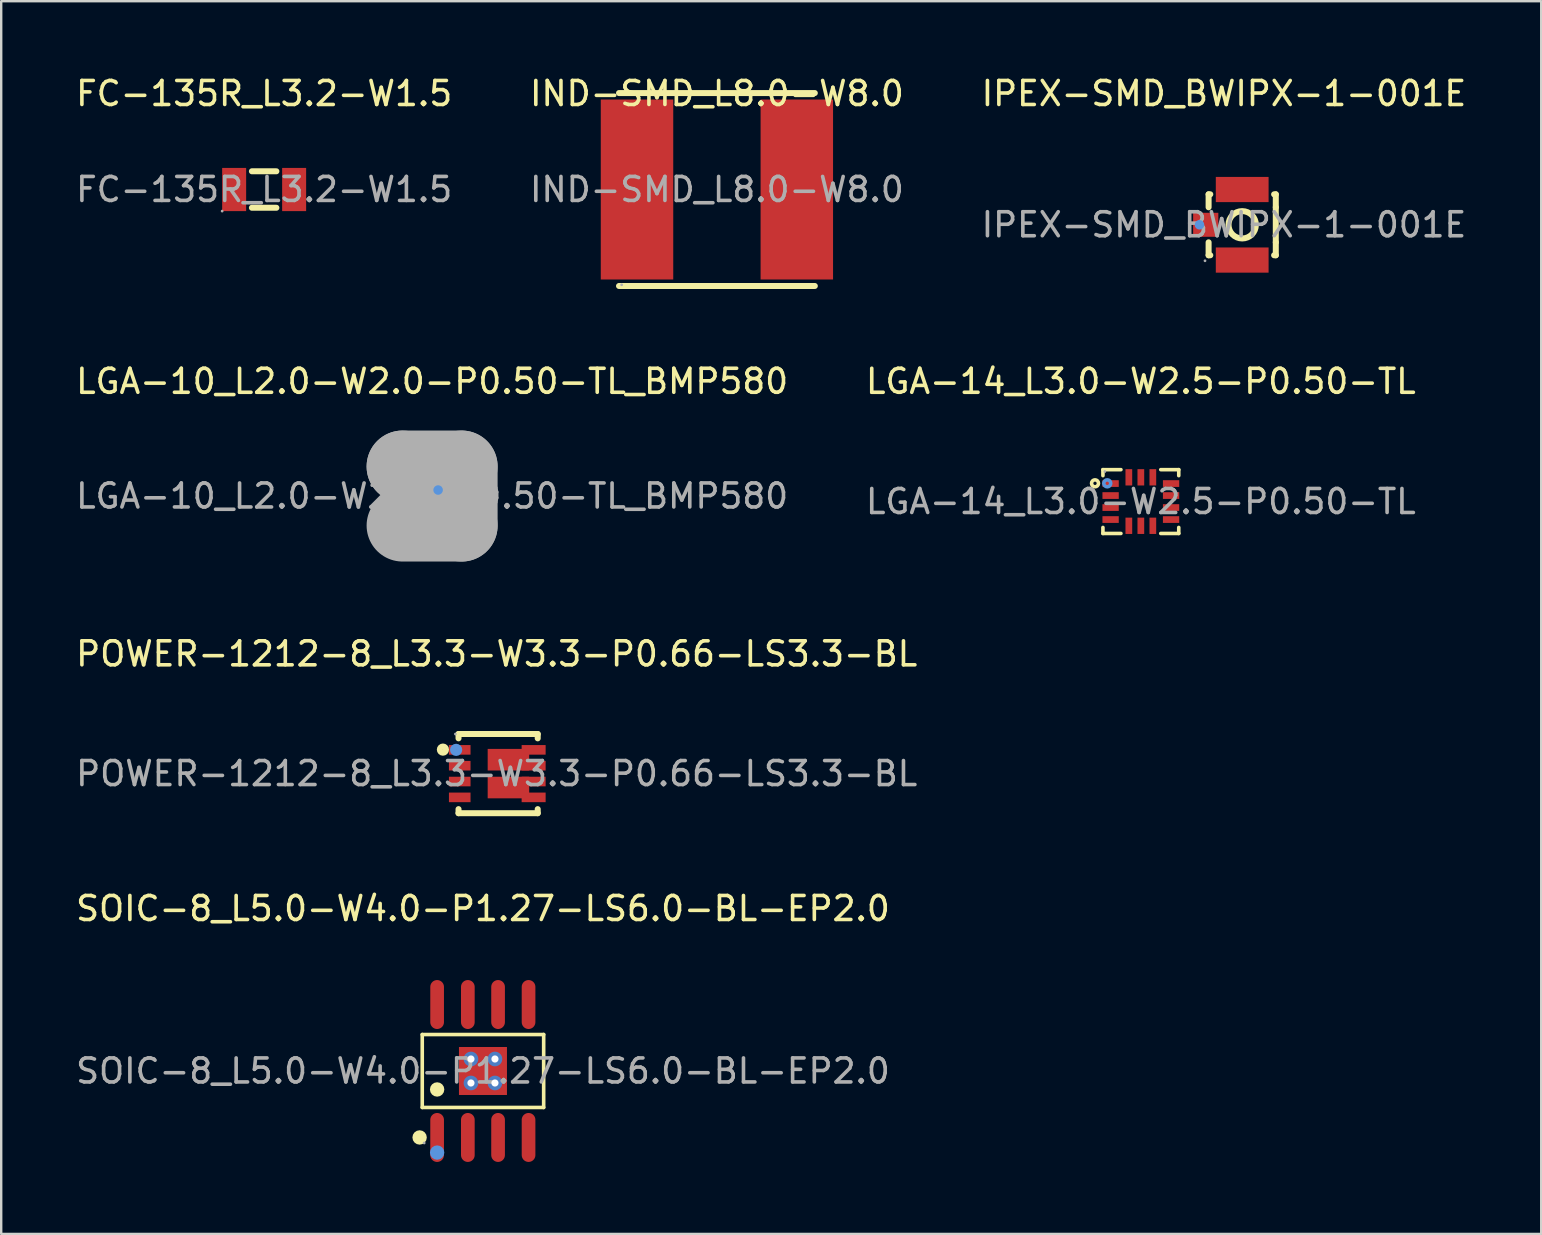
<source format=kicad_pcb>
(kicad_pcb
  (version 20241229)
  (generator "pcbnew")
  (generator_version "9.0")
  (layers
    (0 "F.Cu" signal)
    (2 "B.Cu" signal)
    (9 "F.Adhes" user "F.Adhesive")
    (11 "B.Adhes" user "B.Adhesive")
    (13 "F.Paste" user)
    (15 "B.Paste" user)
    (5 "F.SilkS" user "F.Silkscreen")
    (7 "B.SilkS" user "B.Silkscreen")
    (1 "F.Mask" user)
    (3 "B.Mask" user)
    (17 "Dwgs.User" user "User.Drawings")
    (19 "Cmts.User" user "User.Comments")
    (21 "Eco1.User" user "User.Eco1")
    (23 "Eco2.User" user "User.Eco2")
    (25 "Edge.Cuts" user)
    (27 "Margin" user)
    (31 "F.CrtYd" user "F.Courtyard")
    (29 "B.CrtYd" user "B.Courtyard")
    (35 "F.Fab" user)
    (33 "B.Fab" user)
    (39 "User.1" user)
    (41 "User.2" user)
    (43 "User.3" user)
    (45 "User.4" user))
  (footprint "LGA-14_L3.0-W2.5-P0.50-TL"
    (layer "F.Cu")
    (at 44.494 17.852)
    (property "Reference" "LGA-14_L3.0-W2.5-P0.50-TL" (at 0 -5.01 0) (layer "F.SilkS") (effects (font (size 1 1) (thickness 0.15))))
    (attr smd)
    (fp_line (start -1.58 -1.33) (end -1.58 -1.08) (stroke (width 0.15) (type solid)) (layer "F.SilkS"))
    (fp_line (start -1.58 1.33) (end -1.58 1.08) (stroke (width 0.15) (type solid)) (layer "F.SilkS"))
    (fp_line (start -0.83 -1.33) (end -1.58 -1.33) (stroke (width 0.15) (type solid)) (layer "F.SilkS"))
    (fp_line (start -0.83 1.33) (end -1.58 1.33) (stroke (width 0.15) (type solid)) (layer "F.SilkS"))
    (fp_line (start 0.83 -1.33) (end 1.58 -1.33) (stroke (width 0.15) (type solid)) (layer "F.SilkS"))
    (fp_line (start 0.83 1.33) (end 1.58 1.33) (stroke (width 0.15) (type solid)) (layer "F.SilkS"))
    (fp_line (start 1.58 -1.33) (end 1.58 -1.08) (stroke (width 0.15) (type solid)) (layer "F.SilkS"))
    (fp_line (start 1.58 1.33) (end 1.58 1.08) (stroke (width 0.15) (type solid)) (layer "F.SilkS"))
    (fp_circle (center -1.91 -0.76) (end -1.84 -0.76) (stroke (width 0.15) (type solid)) (fill no) (layer "F.SilkS"))
    (fp_circle (center -1.4 -0.76) (end -1.33 -0.76) (stroke (width 0.15) (type solid)) (fill no) (layer "Cmts.User"))
    (fp_circle (center -1.5 -1.25) (end -1.47 -1.25) (stroke (width 0.06) (type solid)) (fill no) (layer "F.Fab"))
    (fp_text user "${REFERENCE}" (at 0 0 0) (layer "F.Fab") (effects (font (size 1 1) (thickness 0.15))))
    (pad "1" smd rect (at -1.26 -0.75) (size 0.68 0.28) (layers "F.Cu" "F.Mask" "F.Paste"))
    (pad "2" smd rect (at -1.26 -0.25) (size 0.68 0.28) (layers "F.Cu" "F.Mask" "F.Paste"))
    (pad "3" smd rect (at -1.26 0.25) (size 0.68 0.28) (layers "F.Cu" "F.Mask" "F.Paste"))
    (pad "4" smd rect (at -1.26 0.75) (size 0.68 0.28) (layers "F.Cu" "F.Mask" "F.Paste"))
    (pad "5" smd rect (at -0.5 1.01) (size 0.28 0.68) (layers "F.Cu" "F.Mask" "F.Paste"))
    (pad "6" smd rect (at 0 1.01) (size 0.28 0.68) (layers "F.Cu" "F.Mask" "F.Paste"))
    (pad "7" smd rect (at 0.5 1.01) (size 0.28 0.68) (layers "F.Cu" "F.Mask" "F.Paste"))
    (pad "8" smd rect (at 1.26 0.75) (size 0.68 0.28) (layers "F.Cu" "F.Mask" "F.Paste"))
    (pad "9" smd rect (at 1.26 0.25) (size 0.68 0.28) (layers "F.Cu" "F.Mask" "F.Paste"))
    (pad "10" smd rect (at 1.26 -0.25) (size 0.68 0.28) (layers "F.Cu" "F.Mask" "F.Paste"))
    (pad "11" smd rect (at 1.26 -0.75) (size 0.68 0.28) (layers "F.Cu" "F.Mask" "F.Paste"))
    (pad "12" smd rect (at 0.5 -1.01) (size 0.28 0.68) (layers "F.Cu" "F.Mask" "F.Paste"))
    (pad "13" smd rect (at 0 -1.01) (size 0.28 0.68) (layers "F.Cu" "F.Mask" "F.Paste"))
    (pad "14" smd rect (at -0.5 -1.01) (size 0.28 0.68) (layers "F.Cu" "F.Mask" "F.Paste")))
  (footprint "IND-SMD_L8.0-W8.0"
    (layer "F.Cu")
    (at 26.827 4.848)
    (property "Reference" "IND-SMD_L8.0-W8.0" (at 0 -4 0) (layer "F.SilkS") (effects (font (size 1 1) (thickness 0.15))))
    (attr smd)
    (fp_line (start -4.08 -4.02) (end 4.08 -4.02) (stroke (width 0.25) (type solid)) (layer "F.SilkS"))
    (fp_line (start -4.08 4.02) (end 4.08 4.02) (stroke (width 0.25) (type solid)) (layer "F.SilkS"))
    (fp_circle (center -3.97 3.97) (end -3.94 3.97) (stroke (width 0.06) (type solid)) (fill no) (layer "F.Fab"))
    (fp_text user "${REFERENCE}" (at 0 0 0) (layer "F.Fab") (effects (font (size 1 1) (thickness 0.15))))
    (pad "1" smd rect (at 3.33 0) (size 3.02 7.5) (layers "F.Cu" "F.Mask" "F.Paste"))
    (pad "2" smd rect (at -3.33 0) (size 3.02 7.5) (layers "F.Cu" "F.Mask" "F.Paste")))
  (footprint "SOIC-8_L5.0-W4.0-P1.27-LS6.0-BL-EP2.0"
    (layer "F.Cu")
    (at 17.077 41.583)
    (property "Reference" "SOIC-8_L5.0-W4.0-P1.27-LS6.0-BL-EP2.0" (at 0 -6.77 0) (layer "F.SilkS") (effects (font (size 1 1) (thickness 0.15))))
    (attr smd)
    (fp_line (start -2.53 -1.52) (end 2.53 -1.52) (stroke (width 0.15) (type solid)) (layer "F.SilkS"))
    (fp_line (start -2.53 1.52) (end -2.53 -1.52) (stroke (width 0.15) (type solid)) (layer "F.SilkS"))
    (fp_line (start 2.53 -1.52) (end 2.53 1.52) (stroke (width 0.15) (type solid)) (layer "F.SilkS"))
    (fp_line (start 2.53 1.52) (end -2.53 1.52) (stroke (width 0.15) (type solid)) (layer "F.SilkS"))
    (fp_circle (center -2.64 2.77) (end -2.49 2.77) (stroke (width 0.3) (type solid)) (fill no) (layer "F.SilkS"))
    (fp_circle (center -1.91 0.77) (end -1.76 0.77) (stroke (width 0.3) (type solid)) (fill no) (layer "F.SilkS"))
    (fp_circle (center -1.91 3.4) (end -1.76 3.4) (stroke (width 0.3) (type solid)) (fill no) (layer "Cmts.User"))
    (fp_circle (center -2.45 3) (end -2.42 3) (stroke (width 0.06) (type solid)) (fill no) (layer "F.Fab"))
    (fp_text user "${REFERENCE}" (at 0 0 0) (layer "F.Fab") (effects (font (size 1 1) (thickness 0.15))))
    (pad "" thru_hole circle (at -0.5 -0.5) (size 0.61 0.61) (drill 0.3) (layers "*.Cu" "*.Paste" "*.Mask"))
    (pad "" thru_hole circle (at -0.5 0.5) (size 0.61 0.61) (drill 0.3) (layers "*.Cu" "*.Paste" "*.Mask"))
    (pad "" thru_hole circle (at 0.5 -0.5) (size 0.61 0.61) (drill 0.3) (layers "*.Cu" "*.Paste" "*.Mask"))
    (pad "" thru_hole circle (at 0.5 0.5) (size 0.61 0.61) (drill 0.3) (layers "*.Cu" "*.Paste" "*.Mask"))
    (pad "1" smd oval (at -1.91 2.77) (size 0.57 2.04) (layers "F.Cu" "F.Mask" "F.Paste"))
    (pad "2" smd oval (at -0.63 2.77) (size 0.57 2.04) (layers "F.Cu" "F.Mask" "F.Paste"))
    (pad "3" smd oval (at 0.63 2.77) (size 0.57 2.04) (layers "F.Cu" "F.Mask" "F.Paste"))
    (pad "4" smd oval (at 1.9 2.77) (size 0.57 2.04) (layers "F.Cu" "F.Mask" "F.Paste"))
    (pad "5" smd oval (at 1.9 -2.77) (size 0.57 2.04) (layers "F.Cu" "F.Mask" "F.Paste"))
    (pad "6" smd oval (at 0.63 -2.77) (size 0.57 2.04) (layers "F.Cu" "F.Mask" "F.Paste"))
    (pad "7" smd oval (at -0.63 -2.77) (size 0.57 2.04) (layers "F.Cu" "F.Mask" "F.Paste"))
    (pad "8" smd oval (at -1.91 -2.77) (size 0.57 2.04) (layers "F.Cu" "F.Mask" "F.Paste"))
    (pad "9" smd rect (at 0 0) (size 2 2) (layers "F.Cu" "F.Mask" "F.Paste")))
  (footprint "IPEX-SMD_BWIPX-1-001E"
    (layer "F.Cu")
    (at 47.958 6.318)
    (property "Reference" "IPEX-SMD_BWIPX-1-001E" (at 0 -5.47 0) (layer "F.SilkS") (effects (font (size 1 1) (thickness 0.15))))
    (attr smd)
    (fp_line (start -0.64 -1.27) (end -0.64 -0.73) (stroke (width 0.25) (type solid)) (layer "F.SilkS"))
    (fp_line (start -0.64 0.73) (end -0.64 1.27) (stroke (width 0.25) (type solid)) (layer "F.SilkS"))
    (fp_line (start -0.64 1.27) (end -0.57 1.27) (stroke (width 0.25) (type solid)) (layer "F.SilkS"))
    (fp_line (start -0.57 -1.27) (end -0.64 -1.27) (stroke (width 0.25) (type solid)) (layer "F.SilkS"))
    (fp_line (start 2.09 1.27) (end 2.16 1.27) (stroke (width 0.25) (type solid)) (layer "F.SilkS"))
    (fp_line (start 2.16 -1.27) (end 2.09 -1.27) (stroke (width 0.25) (type solid)) (layer "F.SilkS"))
    (fp_line (start 2.16 -0.73) (end 2.16 -1.27) (stroke (width 0.25) (type solid)) (layer "F.SilkS"))
    (fp_line (start 2.16 -0.73) (end 2.16 0.73) (stroke (width 0.25) (type solid)) (layer "F.SilkS"))
    (fp_line (start 2.16 1.27) (end 2.16 0.73) (stroke (width 0.25) (type solid)) (layer "F.SilkS"))
    (fp_circle (center 0.76 0) (end 1.33 0) (stroke (width 0.25) (type solid)) (fill no) (layer "F.SilkS"))
    (fp_circle (center -1.02 0) (end -0.92 0) (stroke (width 0.2) (type solid)) (fill no) (layer "Cmts.User"))
    (fp_circle (center -0.79 1.5) (end -0.76 1.5) (stroke (width 0.06) (type solid)) (fill no) (layer "F.Fab"))
    (fp_text user "${REFERENCE}" (at 0 0 0) (layer "F.Fab") (effects (font (size 1 1) (thickness 0.15))))
    (pad "1" smd rect (at -0.76 0 180) (size 1.05 1) (layers "F.Cu" "F.Mask" "F.Paste"))
    (pad "2" smd rect (at 0.76 1.47 180) (size 2.2 1.05) (layers "F.Cu" "F.Mask" "F.Paste"))
    (pad "3" smd rect (at 0.76 -1.47 180) (size 2.2 1.05) (layers "F.Cu" "F.Mask" "F.Paste")))
  (footprint "LGA-10_L2.0-W2.0-P0.50-TL_BMP580"
    (layer "F.Cu")
    (at 14.958 17.622)
    (property "Reference" "LGA-10_L2.0-W2.0-P0.50-TL_BMP580" (at 0 -4.78 0) (layer "F.SilkS") (effects (font (size 1 1) (thickness 0.15))))
    (attr through_hole)
    (fp_line (start -1.5 -0.5) (end -1.6 -0.4) (stroke (width 0.15) (type solid)) (layer "F.SilkS"))
    (fp_line (start -1.5 -0.1) (end -1.5 -0.5) (stroke (width 0.15) (type solid)) (layer "F.SilkS"))
    (fp_circle (center 0.25 -0.25) (end 0.35 -0.25) (stroke (width 0.2) (type solid)) (fill no) (layer "F.SilkS"))
    (fp_circle (center 0.25 -0.25) (end 0.35 -0.25) (stroke (width 0.2) (type solid)) (fill no) (layer "Cmts.User"))
    (fp_line (start -1.23 -1.23) (end -1.23 -1.23) (stroke (width 3) (type solid)) (layer "F.Fab"))
    (fp_line (start -1.23 -1.23) (end 1.23 -1.23) (stroke (width 3) (type solid)) (layer "F.Fab"))
    (fp_line (start 1.23 -1.23) (end 1.23 1.23) (stroke (width 3) (type solid)) (layer "F.Fab"))
    (fp_line (start 1.23 1.23) (end -1.23 1.23) (stroke (width 3) (type solid)) (layer "F.Fab"))
    (fp_circle (center -1 -1) (end -0.97 -1) (stroke (width 0.06) (type solid)) (fill no) (layer "F.Fab"))
    (fp_text user "${REFERENCE}" (at 0 0 0) (layer "F.Fab") (effects (font (size 1 1) (thickness 0.15))))
    (pad "1" smd rect (at -0.78 -0.25 90) (size 0.3 0.3) (layers "F.Cu" "F.Mask" "F.Paste"))
    (pad "2" smd rect (at -0.78 0.25 90) (size 0.3 0.3) (layers "F.Cu" "F.Mask" "F.Paste"))
    (pad "3" smd rect (at -0.5 0.78 90) (size 0.3 0.3) (layers "F.Cu" "F.Mask" "F.Paste"))
    (pad "4" smd rect (at 0 0.78 90) (size 0.3 0.3) (layers "F.Cu" "F.Mask" "F.Paste"))
    (pad "5" smd rect (at 0.5 0.78 90) (size 0.3 0.3) (layers "F.Cu" "F.Mask" "F.Paste"))
    (pad "6" smd rect (at 0.78 0.25 90) (size 0.3 0.3) (layers "F.Cu" "F.Mask" "F.Paste"))
    (pad "7" smd rect (at 0.78 -0.25 90) (size 0.3 0.3) (layers "F.Cu" "F.Mask" "F.Paste"))
    (pad "8" smd rect (at 0.5 -0.78 90) (size 0.3 0.3) (layers "F.Cu" "F.Mask" "F.Paste"))
    (pad "9" smd rect (at 0 -0.78 90) (size 0.3 0.3) (layers "F.Cu" "F.Mask" "F.Paste"))
    (pad "10" smd rect (at -0.5 -0.78 90) (size 0.3 0.3) (layers "F.Cu" "F.Mask" "F.Paste")))
  (footprint "FC-135R_L3.2-W1.5"
    (layer "F.Cu")
    (at 7.958 4.848)
    (property "Reference" "FC-135R_L3.2-W1.5" (at 0 -4 0) (layer "F.SilkS") (effects (font (size 1 1) (thickness 0.15))))
    (attr smd)
    (fp_line (start -0.51 -0.76) (end 0.51 -0.76) (stroke (width 0.25) (type solid)) (layer "F.SilkS"))
    (fp_line (start 0.51 0.76) (end -0.51 0.76) (stroke (width 0.25) (type solid)) (layer "F.SilkS"))
    (fp_circle (center -1.75 0.9) (end -1.72 0.9) (stroke (width 0.06) (type solid)) (fill no) (layer "F.Fab"))
    (fp_text user "${REFERENCE}" (at 0 0 0) (layer "F.Fab") (effects (font (size 1 1) (thickness 0.15))))
    (pad "1" smd rect (at -1.25 0 90) (size 1.8 1) (layers "F.Cu" "F.Mask" "F.Paste"))
    (pad "2" smd rect (at 1.25 0 90) (size 1.8 1) (layers "F.Cu" "F.Mask" "F.Paste")))
  (footprint "POWER-1212-8_L3.3-W3.3-P0.66-LS3.3-BL"
    (layer "F.Cu")
    (at 17.649 29.19)
    (property "Reference" "POWER-1212-8_L3.3-W3.3-P0.66-LS3.3-BL" (at 0 -4.99 0) (layer "F.SilkS") (effects (font (size 1 1) (thickness 0.15))))
    (attr smd)
    (fp_line (start -1.59 -1.65) (end -1.59 -1.47) (stroke (width 0.25) (type solid)) (layer "F.SilkS"))
    (fp_line (start -1.59 -1.65) (end 1.71 -1.65) (stroke (width 0.25) (type solid)) (layer "F.SilkS"))
    (fp_line (start -1.59 1.48) (end -1.59 1.65) (stroke (width 0.25) (type solid)) (layer "F.SilkS"))
    (fp_line (start -1.59 1.65) (end 1.71 1.65) (stroke (width 0.25) (type solid)) (layer "F.SilkS"))
    (fp_line (start 1.71 -1.65) (end 1.71 -1.47) (stroke (width 0.25) (type solid)) (layer "F.SilkS"))
    (fp_line (start 1.71 1.48) (end 1.71 1.65) (stroke (width 0.25) (type solid)) (layer "F.SilkS"))
    (fp_circle (center -2.24 -1) (end -2.11 -1) (stroke (width 0.25) (type solid)) (fill no) (layer "F.SilkS"))
    (fp_circle (center -1.69 -0.99) (end -1.56 -0.99) (stroke (width 0.25) (type solid)) (fill no) (layer "Cmts.User"))
    (fp_circle (center -1.72 -1.65) (end -1.69 -1.65) (stroke (width 0.06) (type solid)) (fill no) (layer "F.Fab"))
    (fp_text user "${REFERENCE}" (at 0 0 0) (layer "F.Fab") (effects (font (size 1 1) (thickness 0.15))))
    (pad "1" smd rect (at -1.54 -0.99) (size 0.9 0.4) (layers "F.Cu" "F.Mask" "F.Paste"))
    (pad "2" smd rect (at -1.54 -0.33) (size 0.9 0.4) (layers "F.Cu" "F.Mask" "F.Paste"))
    (pad "3" smd rect (at -1.54 0.33) (size 0.9 0.4) (layers "F.Cu" "F.Mask" "F.Paste"))
    (pad "4" smd rect (at -1.54 0.99) (size 0.9 0.4) (layers "F.Cu" "F.Mask" "F.Paste"))
    (pad "5" smd rect (at 1.54 0.99) (size 1 0.4) (layers "F.Cu" "F.Mask" "F.Paste"))
    (pad "6" smd rect (at 0.49 0.58) (size 1.73 0.9) (layers "F.Cu" "F.Mask" "F.Paste"))
    (pad "6" smd rect (at 1.54 0.33) (size 1 0.4) (layers "F.Cu" "F.Mask" "F.Paste"))
    (pad "7" smd rect (at 1.54 -0.33) (size 1 0.4) (layers "F.Cu" "F.Mask" "F.Paste"))
    (pad "8" smd rect (at 0.49 -0.58) (size 1.73 0.9) (layers "F.Cu" "F.Mask" "F.Paste"))
    (pad "8" smd rect (at 1.54 -0.99) (size 1 0.4) (layers "F.Cu" "F.Mask" "F.Paste")))
  (gr_rect
    (start -3 -3)
    (end 61.179 48.373)
    (stroke (width 0.1) (type default))
    (fill no)
    (layer "Edge.Cuts")))
</source>
